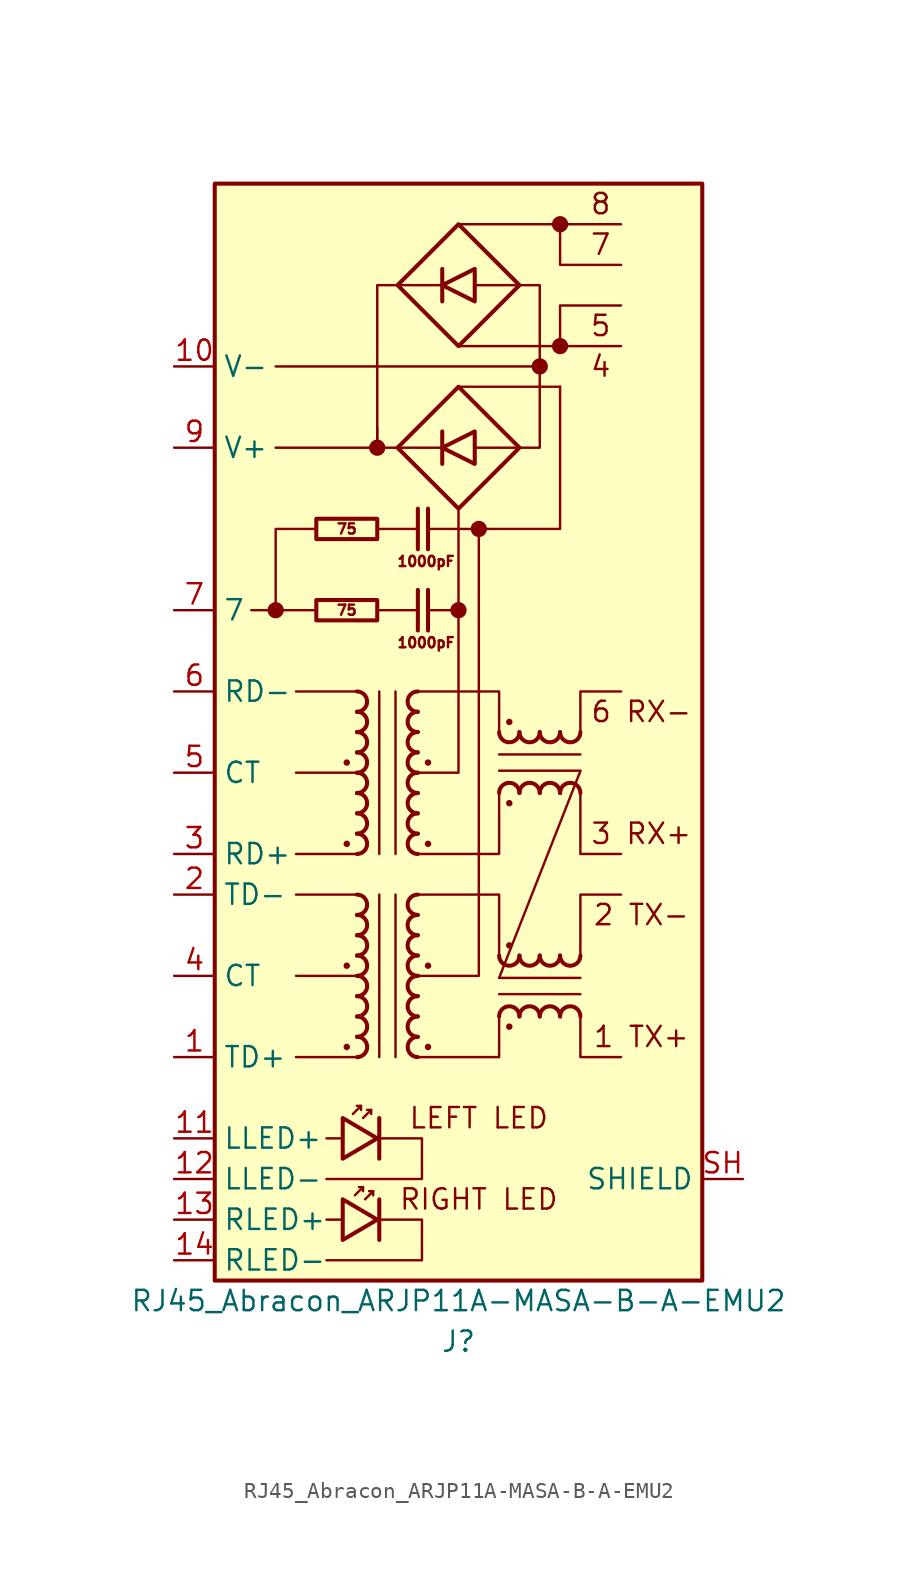
<source format=kicad_sym>
(kicad_symbol_lib
  (version 20220914)
  (generator kicad_symbol_editor)
  (symbol "RJ45_Abracon_ARJP11A-MASA-B-A-EMU2"
    (property "Reference" "J"
      (at 0 -38.1 0)
      (effects (font (size 1.27 1.27))))
    (property "Value" "RJ45_Abracon_ARJP11A-MASA-B-A-EMU2"
      (at 0 -35.56 0)
      (effects (font (size 1.27 1.27))))
    (symbol "RJ45_Abracon_ARJP11A-MASA-B-A-EMU2_0_0"
      (rectangle (start -15.24 34.29) (end 15.24 -34.29) (stroke (width 0.254) (type default)) (fill (type background)))
      (polyline (pts (xy -11.43 7.62) (xy -12.954 7.62)) (stroke (width 0) (type default)) (fill (type none)))
      (polyline (pts (xy -11.43 22.86) (xy 5.08 22.86)) (stroke (width 0) (type default)) (fill (type none)))
      (polyline (pts (xy -8.89 7.62) (xy -11.43 7.62)) (stroke (width 0) (type default)) (fill (type none)))
      (polyline (pts (xy -8.255 -25.4) (xy -7.239 -25.4)) (stroke (width 0) (type default)) (fill (type none)))
      (polyline (pts (xy -5.08 7.62) (xy -2.54 7.62)) (stroke (width 0) (type default)) (fill (type none)))
      (polyline (pts (xy -5.08 12.7) (xy -2.54 12.7)) (stroke (width 0) (type default)) (fill (type none)))
      (polyline (pts (xy -5.08 17.78) (xy -11.43 17.78)) (stroke (width 0) (type default)) (fill (type none)))
      (polyline (pts (xy -5.08 17.78) (xy -3.81 17.78)) (stroke (width 0) (type default)) (fill (type none)))
      (polyline (pts (xy -5.08 19.05) (xy -5.08 17.78)) (stroke (width 0) (type default)) (fill (type none)))
      (polyline (pts (xy -1.905 7.62) (xy 0 7.62)) (stroke (width 0) (type default)) (fill (type none)))
      (polyline (pts (xy -1.905 12.7) (xy 1.27 12.7)) (stroke (width 0) (type default)) (fill (type none)))
      (polyline (pts (xy 0 21.59) (xy 6.35 21.59)) (stroke (width 0) (type default)) (fill (type none)))
      (polyline (pts (xy 0 24.13) (xy 10.16 24.13)) (stroke (width 0) (type default)) (fill (type none)))
      (polyline (pts (xy 0 31.75) (xy 10.16 31.75)) (stroke (width 0) (type default)) (fill (type none)))
      (polyline (pts (xy -8.89 12.7) (xy -11.43 12.7) (xy -11.43 7.62)) (stroke (width 0) (type default)) (fill (type none)))
      (polyline (pts (xy -3.81 27.94) (xy -5.08 27.94) (xy -5.08 17.78)) (stroke (width 0) (type default)) (fill (type none)))
      (polyline (pts (xy -2.54 -2.54) (xy 0 -2.54) (xy 0 13.97)) (stroke (width 0) (type default)) (fill (type none)))
      (polyline (pts (xy 1.27 12.7) (xy 6.35 12.7) (xy 6.35 21.59)) (stroke (width 0) (type default)) (fill (type none)))
      (polyline (pts (xy 6.35 24.13) (xy 6.35 26.67) (xy 10.16 26.67)) (stroke (width 0) (type default)) (fill (type none)))
      (polyline (pts (xy 6.35 31.75) (xy 6.35 29.21) (xy 10.16 29.21)) (stroke (width 0) (type default)) (fill (type none)))
      (polyline (pts (xy -5.08 -25.4) (xy -2.286 -25.4) (xy -2.286 -27.94) (xy -8.255 -27.94)) (stroke (width 0) (type default)) (fill (type none)))
      (polyline (pts (xy -2.54 -15.24) (xy -1.27 -15.24) (xy 1.27 -15.24) (xy 1.27 12.7)) (stroke (width 0) (type default)) (fill (type none)))
      (polyline (pts (xy 3.81 17.78) (xy 5.08 17.78) (xy 5.08 27.94) (xy 3.81 27.94)) (stroke (width 0) (type default)) (fill (type none)))
      (circle (center 1.27 12.7) (radius 0.0001) (stroke (width 0.508) (type default)) (fill (type none)))
      (text "1 TX+" (at 11.43 -19.05 0) (effects (font (size 1.27 1.27))))
      (text "2 TX-" (at 11.43 -11.43 0) (effects (font (size 1.27 1.27))))
      (text "3 RX+" (at 11.43 -6.35 0) (effects (font (size 1.27 1.27))))
      (text "4" (at 8.89 22.86 0) (effects (font (size 1.27 1.27))))
      (text "5" (at 8.89 25.4 0) (effects (font (size 1.27 1.27))))
      (text "6 RX-" (at 11.43 1.27 0) (effects (font (size 1.27 1.27))))
      (text "7" (at 8.89 30.48 0) (effects (font (size 1.27 1.27))))
      (text "8" (at 8.89 33.02 0) (effects (font (size 1.27 1.27))))
      (text "LEFT LED" (at 1.27 -24.13 0) (effects (font (size 1.27 1.27)))))
    (symbol "RJ45_Abracon_ARJP11A-MASA-B-A-EMU2_0_1"
      (circle (center -6.985 -19.685) (radius 0.127) (stroke (width 0) (type default)) (fill (type outline)))
      (circle (center -6.985 -14.605) (radius 0.127) (stroke (width 0) (type default)) (fill (type outline)))
      (circle (center -6.985 -6.985) (radius 0.127) (stroke (width 0) (type default)) (fill (type outline)))
      (circle (center -6.985 -1.905) (radius 0.127) (stroke (width 0) (type default)) (fill (type outline)))
      (circle (center -1.905 -19.685) (radius 0.127) (stroke (width 0) (type default)) (fill (type outline)))
      (circle (center -1.905 -14.605) (radius 0.127) (stroke (width 0) (type default)) (fill (type outline)))
      (circle (center -1.905 -6.985) (radius 0.127) (stroke (width 0) (type default)) (fill (type outline)))
      (circle (center -1.905 -1.905) (radius 0.127) (stroke (width 0) (type default)) (fill (type outline)))
      (polyline (pts (xy -6.35 -20.32) (xy -10.16 -20.32)) (stroke (width 0) (type default)) (fill (type none)))
      (polyline (pts (xy -6.35 -15.24) (xy -10.16 -15.24)) (stroke (width 0) (type default)) (fill (type none)))
      (polyline (pts (xy -6.35 -10.16) (xy -10.16 -10.16)) (stroke (width 0) (type default)) (fill (type none)))
      (polyline (pts (xy -6.35 -7.62) (xy -10.16 -7.62)) (stroke (width 0) (type default)) (fill (type none)))
      (polyline (pts (xy -6.35 -2.54) (xy -10.16 -2.54)) (stroke (width 0) (type default)) (fill (type none)))
      (polyline (pts (xy -6.35 2.54) (xy -10.16 2.54)) (stroke (width 0) (type default)) (fill (type none)))
      (polyline (pts (xy -1.016 17.78) (xy -3.81 17.78)) (stroke (width 0) (type default)) (fill (type none)))
      (polyline (pts (xy -1.016 27.94) (xy -3.81 27.94)) (stroke (width 0) (type default)) (fill (type none)))
      (polyline (pts (xy 1.016 17.78) (xy 3.81 17.78)) (stroke (width 0) (type default)) (fill (type none)))
      (polyline (pts (xy 1.016 27.94) (xy 3.556 27.94)) (stroke (width 0) (type default)) (fill (type none)))
      (polyline (pts (xy 1.016 16.764) (xy 1.016 18.796) (xy -1.016 17.78) (xy 1.016 16.764)) (stroke (width 0.254) (type default)) (fill (type none)))
      (polyline (pts (xy 1.016 26.924) (xy 1.016 28.956) (xy -1.016 27.94) (xy 1.016 26.924)) (stroke (width 0.254) (type default)) (fill (type none)))
      (circle (center 3.175 -18.415) (radius 0.127) (stroke (width 0) (type default)) (fill (type outline)))
      (circle (center 3.175 -13.335) (radius 0.127) (stroke (width 0) (type default)) (fill (type outline)))
      (circle (center 3.175 -4.445) (radius 0.127) (stroke (width 0) (type default)) (fill (type outline)))
      (circle (center 3.175 0.635) (radius 0.127) (stroke (width 0) (type default)) (fill (type outline))))
    (symbol "RJ45_Abracon_ARJP11A-MASA-B-A-EMU2_1_0"
      (polyline (pts (xy -2.54 8.89) (xy -2.54 6.35)) (stroke (width 0.254) (type default)) (fill (type none)))
      (polyline (pts (xy -1.905 8.89) (xy -1.905 6.35)) (stroke (width 0.254) (type default)) (fill (type none)))
      (polyline (pts (xy -1.905 13.97) (xy -1.905 11.43)) (stroke (width 0.254) (type default)) (fill (type none)))
      (polyline (pts (xy -3.81 17.78) (xy 0 13.97) (xy 3.81 17.78) (xy 0 21.59) (xy -3.81 17.78)) (stroke (width 0.254) (type default)) (fill (type none)))
      (text "1000pF" (at -2.032 5.588 0) (effects (font (size 0.635 0.635))))
      (text "1000pF" (at -2.032 10.668 0) (effects (font (size 0.635 0.635)))))
    (symbol "RJ45_Abracon_ARJP11A-MASA-B-A-EMU2_1_1"
      (circle (center -11.43 7.62) (radius 0.0001) (stroke (width 0.508) (type default)) (fill (type none)))
      (rectangle (start -8.89 8.255) (end -5.08 6.985) (stroke (width 0.254) (type default)) (fill (type none)))
      (rectangle (start -8.89 13.335) (end -5.08 12.065) (stroke (width 0.254) (type default)) (fill (type none)))
      (arc (start -6.35 1.27) (mid -5.7177 1.905) (end -6.35 2.54) (stroke (width 0.254) (type default)) (fill (type none)))
      (arc (start -6.3473 -11.43) (mid -5.715 -10.795) (end -6.3473 -10.16) (stroke (width 0.254) (type default)) (fill (type none)))
      (arc (start -6.3473 -7.62) (mid -5.715 -6.985) (end -6.3473 -6.35) (stroke (width 0.254) (type default)) (fill (type none)))
      (arc (start -6.3473 -6.35) (mid -5.715 -5.715) (end -6.3473 -5.08) (stroke (width 0.254) (type default)) (fill (type none)))
      (arc (start -6.3473 -5.08) (mid -5.715 -4.445) (end -6.3473 -3.81) (stroke (width 0.254) (type default)) (fill (type none)))
      (arc (start -6.3473 -3.81) (mid -5.715 -3.175) (end -6.3473 -2.54) (stroke (width 0.254) (type default)) (fill (type none)))
      (arc (start -6.3473 -2.54) (mid -5.715 -1.905) (end -6.3473 -1.27) (stroke (width 0.254) (type default)) (fill (type none)))
      (arc (start -6.3473 -1.27) (mid -5.715 -0.635) (end -6.3473 0) (stroke (width 0.254) (type default)) (fill (type none)))
      (arc (start -6.3473 0) (mid -5.715 0.635) (end -6.3473 1.27) (stroke (width 0.254) (type default)) (fill (type none)))
      (arc (start -6.3446 -20.32) (mid -5.7123 -19.685) (end -6.3446 -19.05) (stroke (width 0.254) (type default)) (fill (type none)))
      (arc (start -6.3446 -19.05) (mid -5.7123 -18.415) (end -6.3446 -17.78) (stroke (width 0.254) (type default)) (fill (type none)))
      (arc (start -6.3446 -17.78) (mid -5.7123 -17.145) (end -6.3446 -16.51) (stroke (width 0.254) (type default)) (fill (type none)))
      (arc (start -6.3446 -16.51) (mid -5.7123 -15.875) (end -6.3446 -15.24) (stroke (width 0.254) (type default)) (fill (type none)))
      (arc (start -6.3446 -15.24) (mid -5.7123 -14.605) (end -6.3446 -13.97) (stroke (width 0.254) (type default)) (fill (type none)))
      (arc (start -6.3446 -13.97) (mid -5.7123 -13.335) (end -6.3446 -12.7) (stroke (width 0.254) (type default)) (fill (type none)))
      (arc (start -6.3446 -12.7) (mid -5.7123 -12.065) (end -6.3446 -11.43) (stroke (width 0.254) (type default)) (fill (type none)))
      (circle (center -5.08 17.78) (radius 0.0001) (stroke (width 0.508) (type default)) (fill (type none)))
      (arc (start -2.5454 -17.78) (mid -3.1777 -18.415) (end -2.5454 -19.05) (stroke (width 0.254) (type default)) (fill (type none)))
      (arc (start -2.5454 -16.51) (mid -3.1777 -17.145) (end -2.5454 -17.78) (stroke (width 0.254) (type default)) (fill (type none)))
      (arc (start -2.5454 -15.24) (mid -3.1777 -15.875) (end -2.5454 -16.51) (stroke (width 0.254) (type default)) (fill (type none)))
      (arc (start -2.5454 -13.97) (mid -3.1777 -14.605) (end -2.5454 -15.24) (stroke (width 0.254) (type default)) (fill (type none)))
      (arc (start -2.5454 -12.7) (mid -3.1777 -13.335) (end -2.5454 -13.97) (stroke (width 0.254) (type default)) (fill (type none)))
      (arc (start -2.5454 -11.43) (mid -3.1777 -12.065) (end -2.5454 -12.7) (stroke (width 0.254) (type default)) (fill (type none)))
      (arc (start -2.5454 -10.16) (mid -3.1777 -10.795) (end -2.5454 -11.43) (stroke (width 0.254) (type default)) (fill (type none)))
      (arc (start -2.5454 -5.08) (mid -3.1777 -5.715) (end -2.5454 -6.35) (stroke (width 0.254) (type default)) (fill (type none)))
      (arc (start -2.5454 -3.81) (mid -3.1777 -4.445) (end -2.5454 -5.08) (stroke (width 0.254) (type default)) (fill (type none)))
      (arc (start -2.5454 -2.54) (mid -3.1777 -3.175) (end -2.5454 -3.81) (stroke (width 0.254) (type default)) (fill (type none)))
      (arc (start -2.5454 -1.27) (mid -3.1777 -1.905) (end -2.5454 -2.54) (stroke (width 0.254) (type default)) (fill (type none)))
      (arc (start -2.5454 0) (mid -3.1777 -0.635) (end -2.5454 -1.27) (stroke (width 0.254) (type default)) (fill (type none)))
      (arc (start -2.5454 1.27) (mid -3.1777 0.635) (end -2.5454 0) (stroke (width 0.254) (type default)) (fill (type none)))
      (arc (start -2.5454 2.54) (mid -3.1777 1.905) (end -2.5454 1.27) (stroke (width 0.254) (type default)) (fill (type none)))
      (arc (start -2.5427 -19.05) (mid -3.175 -19.685) (end -2.5427 -20.32) (stroke (width 0.254) (type default)) (fill (type none)))
      (arc (start -2.5427 -6.35) (mid -3.175 -6.985) (end -2.5427 -7.62) (stroke (width 0.254) (type default)) (fill (type none)))
      (polyline (pts (xy -8.255 -30.48) (xy -7.239 -30.48)) (stroke (width 0) (type default)) (fill (type none)))
      (polyline (pts (xy -6.096 -23.368) (xy -6.35 -23.368)) (stroke (width 0) (type default)) (fill (type none)))
      (polyline (pts (xy -5.969 -28.448) (xy -6.223 -28.448)) (stroke (width 0) (type default)) (fill (type none)))
      (polyline (pts (xy -5.461 -23.622) (xy -5.715 -23.622)) (stroke (width 0) (type default)) (fill (type none)))
      (polyline (pts (xy -5.334 -28.702) (xy -5.588 -28.702)) (stroke (width 0) (type default)) (fill (type none)))
      (polyline (pts (xy -4.953 -29.21) (xy -4.953 -31.75)) (stroke (width 0.254) (type default)) (fill (type none)))
      (polyline (pts (xy -4.953 -24.13) (xy -4.953 -26.67)) (stroke (width 0.254) (type default)) (fill (type none)))
      (polyline (pts (xy -4.953 -10.16) (xy -4.953 -20.32)) (stroke (width 0) (type default)) (fill (type none)))
      (polyline (pts (xy -4.953 2.54) (xy -4.953 -7.62)) (stroke (width 0) (type default)) (fill (type none)))
      (polyline (pts (xy -3.937 -20.32) (xy -3.937 -10.16)) (stroke (width 0) (type default)) (fill (type none)))
      (polyline (pts (xy -3.937 -7.62) (xy -3.937 2.54)) (stroke (width 0) (type default)) (fill (type none)))
      (polyline (pts (xy -2.54 13.97) (xy -2.54 11.43)) (stroke (width 0.254) (type default)) (fill (type none)))
      (polyline (pts (xy -1.016 18.796) (xy -1.016 16.764)) (stroke (width 0.254) (type default)) (fill (type none)))
      (polyline (pts (xy -1.016 28.956) (xy -1.016 26.924)) (stroke (width 0.254) (type default)) (fill (type none)))
      (polyline (pts (xy 2.54 -16.383) (xy 7.62 -16.383)) (stroke (width 0) (type default)) (fill (type none)))
      (polyline (pts (xy 2.54 -15.367) (xy 7.62 -2.438)) (stroke (width 0) (type default)) (fill (type none)))
      (polyline (pts (xy 2.54 -2.413) (xy 7.62 -2.413)) (stroke (width 0) (type default)) (fill (type none)))
      (polyline (pts (xy 7.62 -15.367) (xy 2.54 -15.367)) (stroke (width 0) (type default)) (fill (type none)))
      (polyline (pts (xy 7.62 -1.397) (xy 2.54 -1.397)) (stroke (width 0) (type default)) (fill (type none)))
      (polyline (pts (xy -6.604 -23.876) (xy -6.096 -23.368) (xy -6.096 -23.622)) (stroke (width 0) (type default)) (fill (type none)))
      (polyline (pts (xy -6.477 -28.956) (xy -5.969 -28.448) (xy -5.969 -28.702)) (stroke (width 0) (type default)) (fill (type none)))
      (polyline (pts (xy -5.969 -24.13) (xy -5.461 -23.622) (xy -5.461 -23.876)) (stroke (width 0) (type default)) (fill (type none)))
      (polyline (pts (xy -5.842 -29.21) (xy -5.334 -28.702) (xy -5.334 -28.956)) (stroke (width 0) (type default)) (fill (type none)))
      (polyline (pts (xy -2.54 -10.16) (xy 2.54 -10.16) (xy 2.54 -13.97)) (stroke (width 0) (type default)) (fill (type none)))
      (polyline (pts (xy -2.54 -7.62) (xy 2.54 -7.62) (xy 2.54 -3.81)) (stroke (width 0) (type default)) (fill (type none)))
      (polyline (pts (xy -2.54 2.54) (xy 2.54 2.54) (xy 2.54 0)) (stroke (width 0) (type default)) (fill (type none)))
      (polyline (pts (xy 2.54 -17.78) (xy 2.54 -20.32) (xy -2.54 -20.32)) (stroke (width 0) (type default)) (fill (type none)))
      (polyline (pts (xy 7.62 -17.78) (xy 7.62 -20.32) (xy 10.16 -20.32)) (stroke (width 0) (type default)) (fill (type none)))
      (polyline (pts (xy 7.62 -13.97) (xy 7.62 -10.16) (xy 10.16 -10.16)) (stroke (width 0) (type default)) (fill (type none)))
      (polyline (pts (xy 7.62 -3.81) (xy 7.62 -7.62) (xy 10.16 -7.62)) (stroke (width 0) (type default)) (fill (type none)))
      (polyline (pts (xy 7.62 0) (xy 7.62 2.54) (xy 10.16 2.54)) (stroke (width 0) (type default)) (fill (type none)))
      (polyline (pts (xy -7.239 -29.21) (xy -7.239 -31.75) (xy -5.08 -30.48) (xy -7.239 -29.21)) (stroke (width 0.254) (type default)) (fill (type none)))
      (polyline (pts (xy -7.239 -24.13) (xy -7.239 -26.67) (xy -5.08 -25.4) (xy -7.239 -24.13)) (stroke (width 0.254) (type default)) (fill (type none)))
      (polyline (pts (xy -5.08 -30.48) (xy -2.286 -30.48) (xy -2.286 -33.02) (xy -8.255 -33.02)) (stroke (width 0) (type default)) (fill (type none)))
      (polyline (pts (xy -3.81 27.94) (xy 0 24.13) (xy 3.81 27.94) (xy 0 31.75) (xy -3.81 27.94)) (stroke (width 0.254) (type default)) (fill (type none)))
      (circle (center 0 7.62) (radius 0.0001) (stroke (width 0.508) (type default)) (fill (type none)))
      (arc (start 2.54 -13.9727) (mid 3.175 -14.605) (end 3.81 -13.9727) (stroke (width 0.254) (type default)) (fill (type none)))
      (arc (start 2.54 -0.0027) (mid 3.175 -0.635) (end 3.81 -0.0027) (stroke (width 0.254) (type default)) (fill (type none)))
      (arc (start 3.81 -17.7773) (mid 3.175 -17.145) (end 2.54 -17.7773) (stroke (width 0.254) (type default)) (fill (type none)))
      (arc (start 3.81 -13.9727) (mid 4.445 -14.605) (end 5.08 -13.9727) (stroke (width 0.254) (type default)) (fill (type none)))
      (arc (start 3.81 -3.8073) (mid 3.175 -3.175) (end 2.54 -3.8073) (stroke (width 0.254) (type default)) (fill (type none)))
      (arc (start 3.81 -0.0027) (mid 4.445 -0.635) (end 5.08 -0.0027) (stroke (width 0.254) (type default)) (fill (type none)))
      (arc (start 5.08 -17.7773) (mid 4.445 -17.145) (end 3.81 -17.7773) (stroke (width 0.254) (type default)) (fill (type none)))
      (arc (start 5.08 -13.9727) (mid 5.715 -14.605) (end 6.35 -13.9727) (stroke (width 0.254) (type default)) (fill (type none)))
      (arc (start 5.08 -3.8073) (mid 4.445 -3.175) (end 3.81 -3.8073) (stroke (width 0.254) (type default)) (fill (type none)))
      (arc (start 5.08 -0.0027) (mid 5.715 -0.635) (end 6.35 -0.0027) (stroke (width 0.254) (type default)) (fill (type none)))
      (circle (center 5.08 22.86) (radius 0.0001) (stroke (width 0.508) (type default)) (fill (type none)))
      (arc (start 6.35 -17.7773) (mid 5.715 -17.145) (end 5.08 -17.7773) (stroke (width 0.254) (type default)) (fill (type none)))
      (arc (start 6.35 -13.9727) (mid 6.985 -14.605) (end 7.62 -13.9727) (stroke (width 0.254) (type default)) (fill (type none)))
      (arc (start 6.35 -3.8073) (mid 5.715 -3.175) (end 5.08 -3.8073) (stroke (width 0.254) (type default)) (fill (type none)))
      (arc (start 6.35 -0.0027) (mid 6.985 -0.635) (end 7.62 -0.0027) (stroke (width 0.254) (type default)) (fill (type none)))
      (circle (center 6.35 24.13) (radius 0.0001) (stroke (width 0.508) (type default)) (fill (type none)))
      (circle (center 6.35 31.75) (radius 0.0001) (stroke (width 0.508) (type default)) (fill (type none)))
      (arc (start 7.62 -17.7773) (mid 6.985 -17.145) (end 6.35 -17.7773) (stroke (width 0.254) (type default)) (fill (type none)))
      (arc (start 7.62 -3.8073) (mid 6.985 -3.175) (end 6.35 -3.8073) (stroke (width 0.254) (type default)) (fill (type none)))
      (text "75" (at -6.985 7.62 0) (effects (font (size 0.635 0.635))))
      (text "75" (at -6.985 12.7 0) (effects (font (size 0.635 0.635))))
      (text "RIGHT LED" (at 1.27 -29.21 0) (effects (font (size 1.27 1.27))))
      (pin passive line (at -17.78 -20.32 0) (length 2.54) (name "TD+" (effects (font (size 1.27 1.27)))) (number "1" (effects (font (size 1.27 1.27)))))
      (pin power_out line (at -17.78 22.86 0) (length 2.54) (name "V-" (effects (font (size 1.27 1.27)))) (number "10" (effects (font (size 1.27 1.27)))))
      (pin passive line (at -17.78 -25.4 0) (length 2.54) (name "LLED+" (effects (font (size 1.27 1.27)))) (number "11" (effects (font (size 1.27 1.27)))))
      (pin passive line (at -17.78 -27.94 0) (length 2.54) (name "LLED-" (effects (font (size 1.27 1.27)))) (number "12" (effects (font (size 1.27 1.27)))))
      (pin passive line (at -17.78 -30.48 0) (length 2.54) (name "RLED+" (effects (font (size 1.27 1.27)))) (number "13" (effects (font (size 1.27 1.27)))))
      (pin passive line (at -17.78 -33.02 0) (length 2.54) (name "RLED-" (effects (font (size 1.27 1.27)))) (number "14" (effects (font (size 1.27 1.27)))))
      (pin passive line (at -17.78 -10.16 0) (length 2.54) (name "TD-" (effects (font (size 1.27 1.27)))) (number "2" (effects (font (size 1.27 1.27)))))
      (pin passive line (at -17.78 -7.62 0) (length 2.54) (name "RD+" (effects (font (size 1.27 1.27)))) (number "3" (effects (font (size 1.27 1.27)))))
      (pin passive line (at -17.78 -15.24 0) (length 2.54) (name "CT" (effects (font (size 1.27 1.27)))) (number "4" (effects (font (size 1.27 1.27)))))
      (pin passive line (at -17.78 -2.54 0) (length 2.54) (name "CT" (effects (font (size 1.27 1.27)))) (number "5" (effects (font (size 1.27 1.27)))))
      (pin passive line (at -17.78 2.54 0) (length 2.54) (name "RD-" (effects (font (size 1.27 1.27)))) (number "6" (effects (font (size 1.27 1.27)))))
      (pin passive line (at -17.78 7.62 0) (length 2.54) (name "7" (effects (font (size 1.27 1.27)))) (number "7" (effects (font (size 1.27 1.27)))))
      (pin power_out line (at -17.78 17.78 0) (length 2.54) (name "V+" (effects (font (size 1.27 1.27)))) (number "9" (effects (font (size 1.27 1.27)))))
      (pin passive line (at 17.78 -27.94 180) (length 2.54) (name "SHIELD" (effects (font (size 1.27 1.27)))) (number "SH" (effects (font (size 1.27 1.27))))))))
</source>
